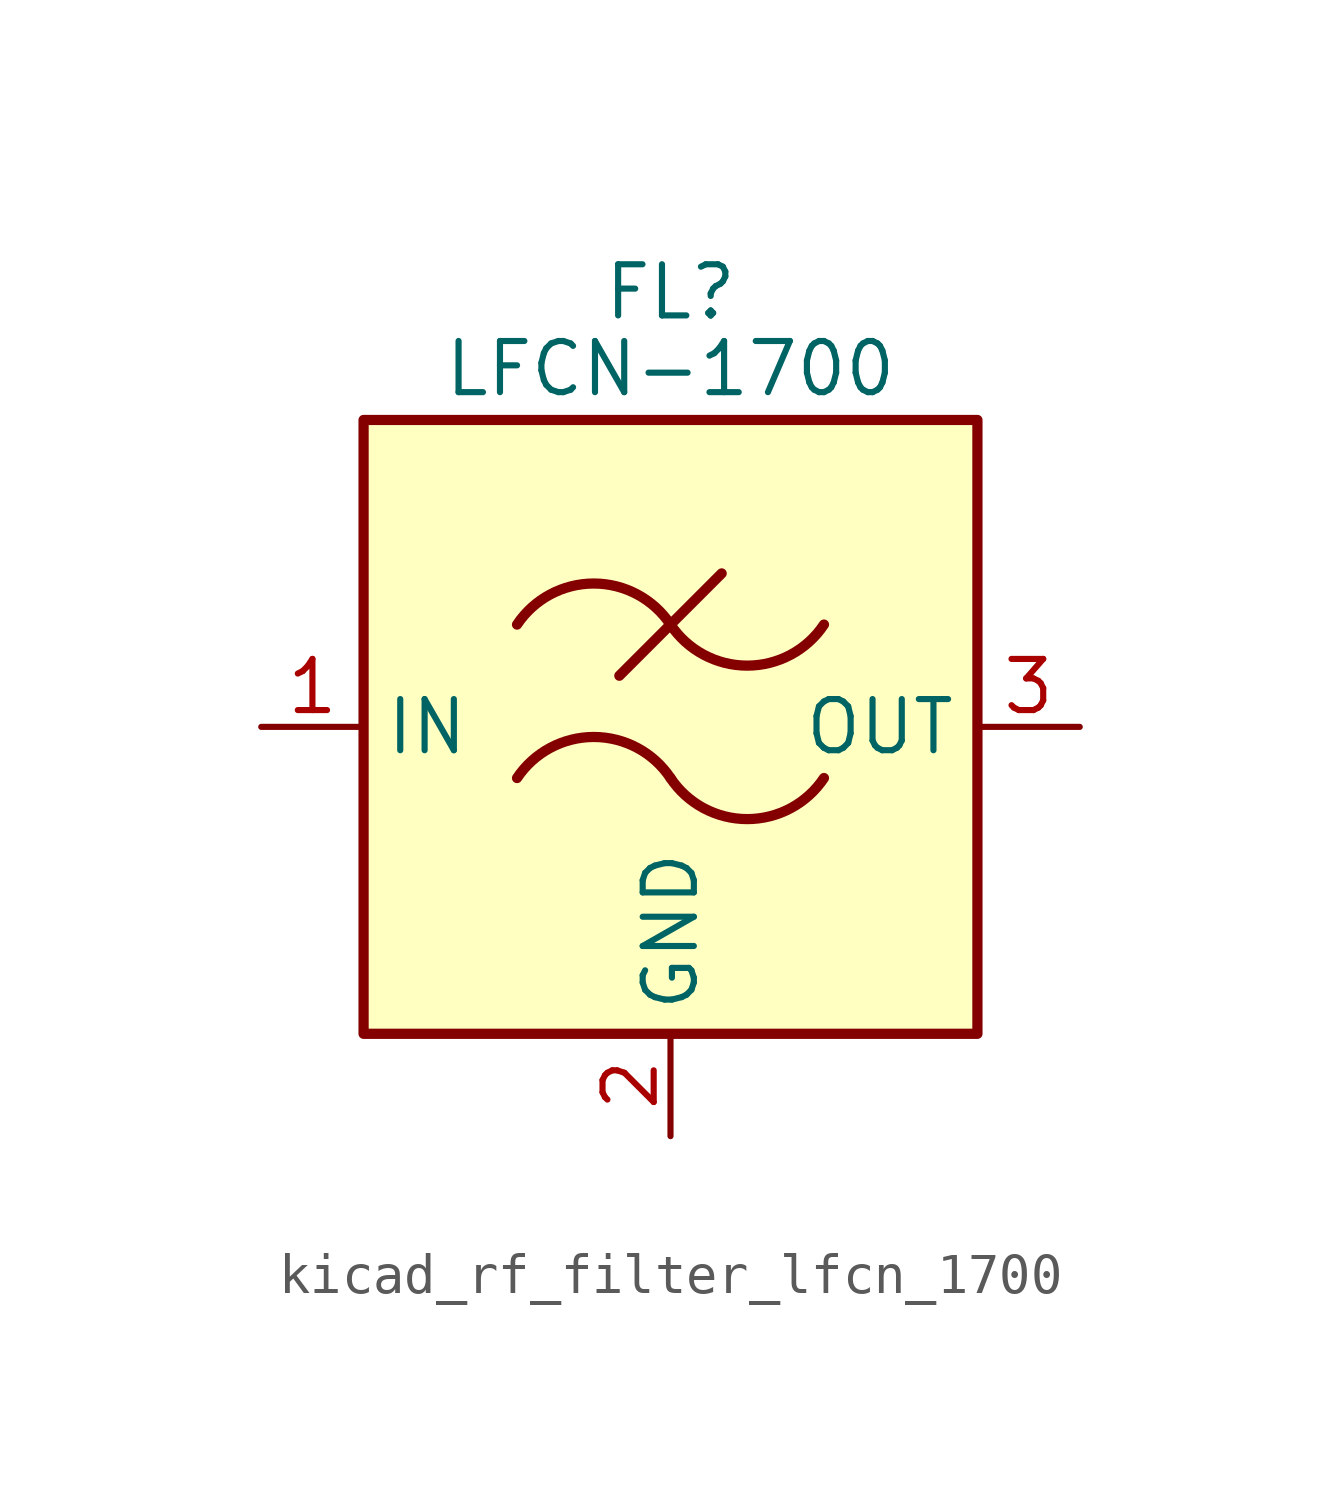
<source format=kicad_sym>
(kicad_symbol_lib
  (version 20220914)
  (generator kicad_symbol_editor)
  (symbol "kicad_rf_filter_lfcn_1700"
    (property "Reference" "FL"
      (at 0 10.795 0)
      (effects (font (size 1.27 1.27))))
    (property "Value" "LFCN-1700"
      (at 0 8.89 0)
      (effects (font (size 1.27 1.27))))
    (symbol "kicad_rf_filter_lfcn_1700_0_1"
      (rectangle (start -7.62 7.62) (end 7.62 -7.62) (stroke (width 0.254) (type default)) (fill (type background)))
      (arc (start 0 -1.27) (mid -1.905 -0.2505) (end -3.81 -1.27) (stroke (width 0.254) (type default)) (fill (type none)))
      (arc (start 0 -1.27) (mid 1.905 -2.2895) (end 3.81 -1.27) (stroke (width 0.254) (type default)) (fill (type none)))
      (polyline (pts (xy -1.27 1.27) (xy 1.27 3.81)) (stroke (width 0.254) (type default)) (fill (type none)))
      (arc (start 0 2.54) (mid -1.905 3.5595) (end -3.81 2.54) (stroke (width 0.254) (type default)) (fill (type none)))
      (arc (start 0 2.54) (mid 1.905 1.5205) (end 3.81 2.54) (stroke (width 0.254) (type default)) (fill (type none))))
    (symbol "kicad_rf_filter_lfcn_1700_1_1"
      (pin passive line (at -10.16 0 0) (length 2.54) (name "IN" (effects (font (size 1.27 1.27)))) (number "1" (effects (font (size 1.27 1.27)))))
      (pin passive line (at 0 -10.16 90) (length 2.54) (name "GND" (effects (font (size 1.27 1.27)))) (number "2" (effects (font (size 1.27 1.27)))))
      (pin passive line (at 10.16 0 180) (length 2.54) (name "OUT" (effects (font (size 1.27 1.27)))) (number "3" (effects (font (size 1.27 1.27)))))
      (pin passive line (at 0 -10.16 90) (length 2.54) hide (name "GND" (effects (font (size 1.27 1.27)))) (number "4" (effects (font (size 1.27 1.27))))))))
</source>
